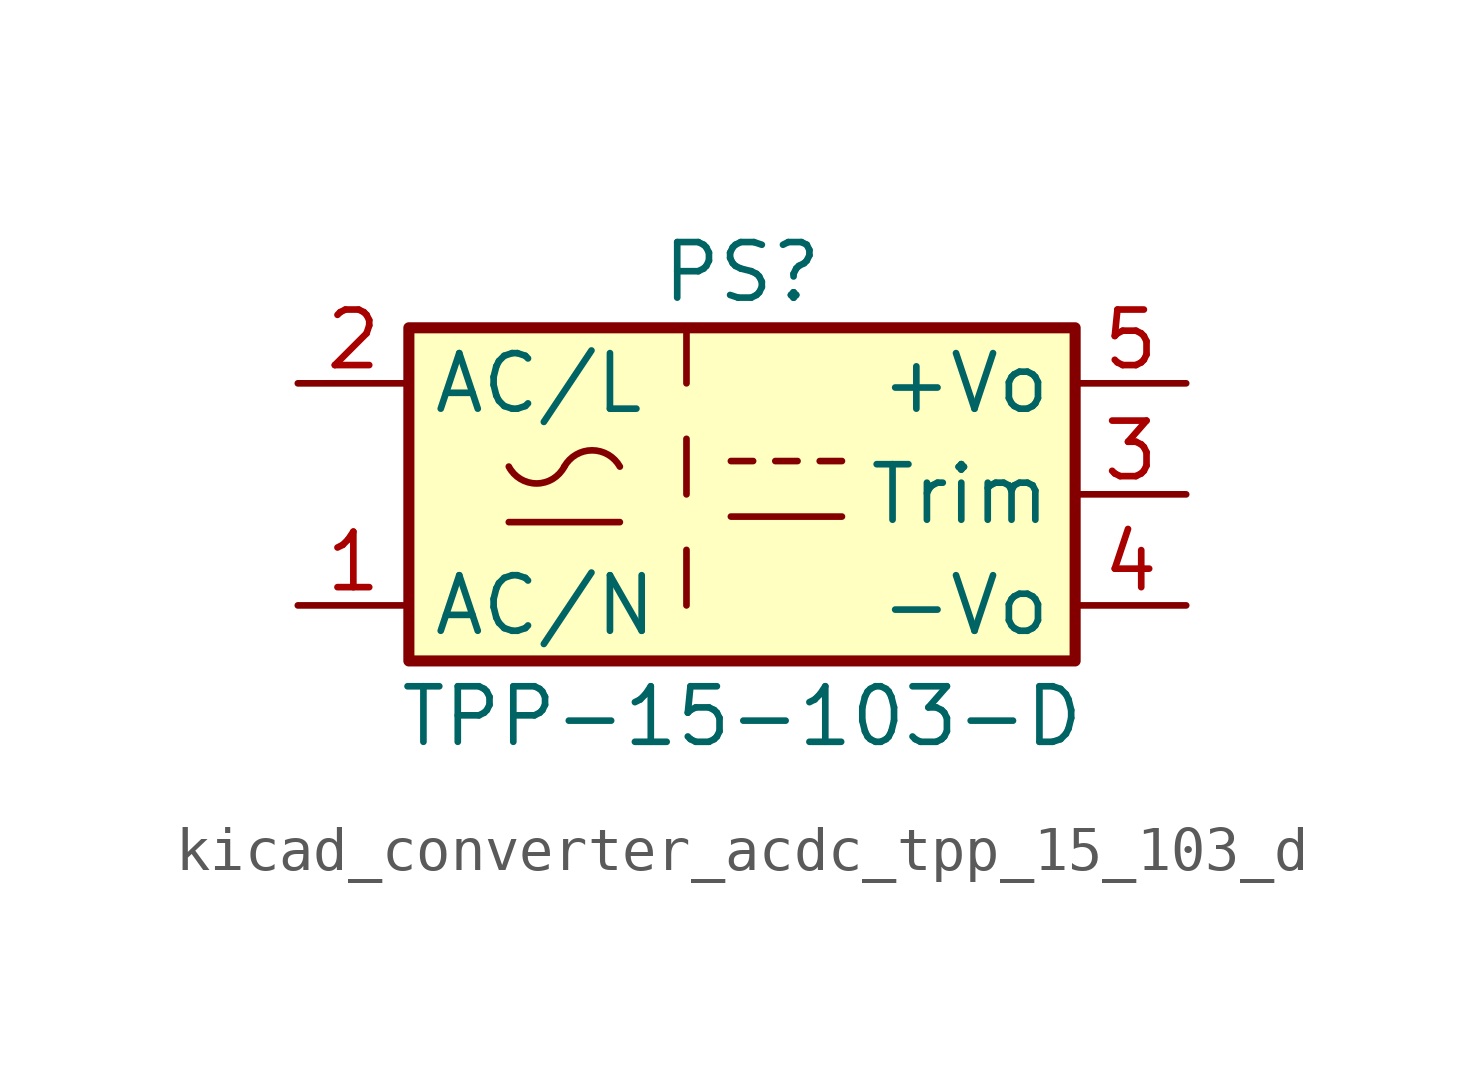
<source format=kicad_sym>
(kicad_symbol_lib
  (version 20220914)
  (generator kicad_symbol_editor)
  (symbol "kicad_converter_acdc_tpp_15_103_d"
    (property "Reference" "PS"
      (at 0 5.08 0)
      (effects (font (size 1.27 1.27))))
    (property "Value" "TPP-15-103-D"
      (at 0 -5.08 0)
      (effects (font (size 1.27 1.27))))
    (symbol "kicad_converter_acdc_tpp_15_103_d_0_1"
      (rectangle (start -7.62 3.81) (end 7.62 -3.81) (stroke (width 0.254) (type default)) (fill (type background)))
      (arc (start -5.334 0.635) (mid -4.699 0.2495) (end -4.064 0.635) (stroke (width 0) (type default)) (fill (type none)))
      (arc (start -2.794 0.635) (mid -3.429 1.0072) (end -4.064 0.635) (stroke (width 0) (type default)) (fill (type none)))
      (polyline (pts (xy -5.334 -0.635) (xy -2.794 -0.635)) (stroke (width 0) (type default)) (fill (type none)))
      (polyline (pts (xy -0.254 -0.508) (xy 2.286 -0.508)) (stroke (width 0) (type default)) (fill (type none)))
      (polyline (pts (xy -0.254 0.762) (xy 0.254 0.762)) (stroke (width 0) (type default)) (fill (type none)))
      (polyline (pts (xy 0.762 0.762) (xy 1.27 0.762)) (stroke (width 0) (type default)) (fill (type none)))
      (polyline (pts (xy 1.778 0.762) (xy 2.286 0.762)) (stroke (width 0) (type default)) (fill (type none))))
    (symbol "kicad_converter_acdc_tpp_15_103_d_1_1"
      (polyline (pts (xy -1.27 -1.27) (xy -1.27 -2.54)) (stroke (width 0) (type default)) (fill (type none)))
      (polyline (pts (xy -1.27 1.27) (xy -1.27 0)) (stroke (width 0) (type default)) (fill (type none)))
      (polyline (pts (xy -1.27 3.81) (xy -1.27 2.54)) (stroke (width 0) (type default)) (fill (type none)))
      (pin power_in line (at -10.16 -2.54 0) (length 2.54) (name "AC/N" (effects (font (size 1.27 1.27)))) (number "1" (effects (font (size 1.27 1.27)))))
      (pin power_in line (at -10.16 2.54 0) (length 2.54) (name "AC/L" (effects (font (size 1.27 1.27)))) (number "2" (effects (font (size 1.27 1.27)))))
      (pin passive line (at 10.16 0 180) (length 2.54) (name "Trim" (effects (font (size 1.27 1.27)))) (number "3" (effects (font (size 1.27 1.27)))))
      (pin power_out line (at 10.16 -2.54 180) (length 2.54) (name "-Vo" (effects (font (size 1.27 1.27)))) (number "4" (effects (font (size 1.27 1.27)))))
      (pin power_out line (at 10.16 2.54 180) (length 2.54) (name "+Vo" (effects (font (size 1.27 1.27)))) (number "5" (effects (font (size 1.27 1.27))))))))
</source>
